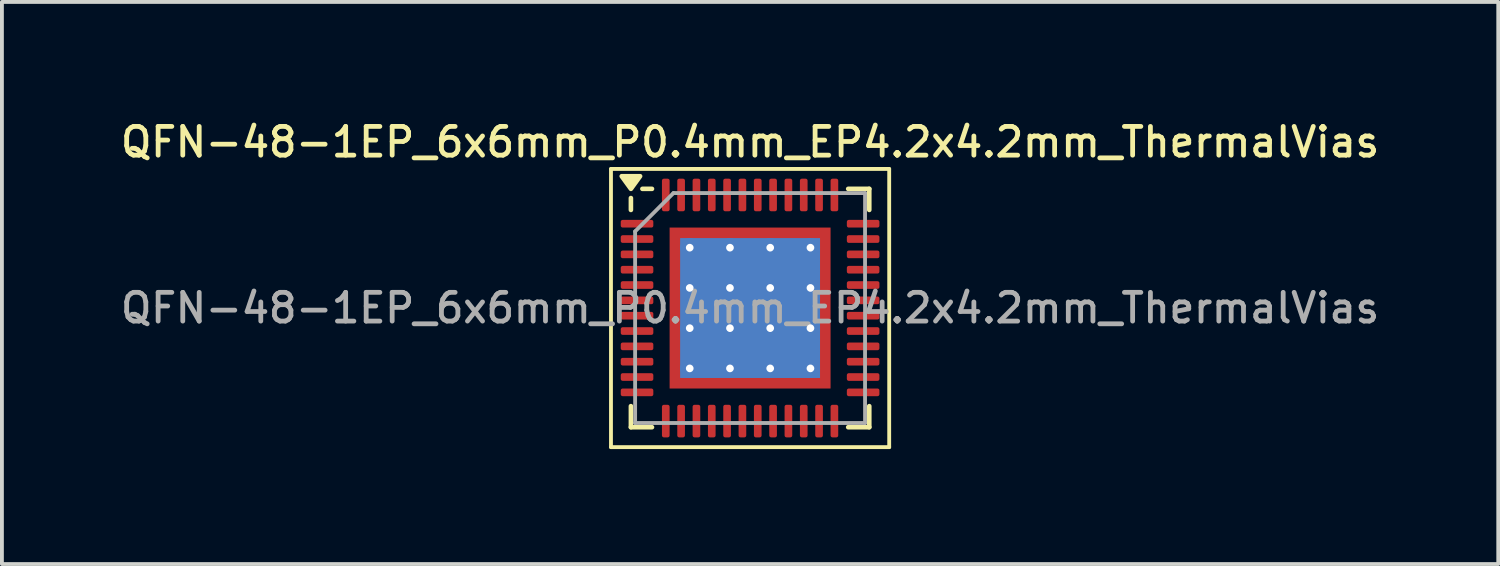
<source format=kicad_pcb>
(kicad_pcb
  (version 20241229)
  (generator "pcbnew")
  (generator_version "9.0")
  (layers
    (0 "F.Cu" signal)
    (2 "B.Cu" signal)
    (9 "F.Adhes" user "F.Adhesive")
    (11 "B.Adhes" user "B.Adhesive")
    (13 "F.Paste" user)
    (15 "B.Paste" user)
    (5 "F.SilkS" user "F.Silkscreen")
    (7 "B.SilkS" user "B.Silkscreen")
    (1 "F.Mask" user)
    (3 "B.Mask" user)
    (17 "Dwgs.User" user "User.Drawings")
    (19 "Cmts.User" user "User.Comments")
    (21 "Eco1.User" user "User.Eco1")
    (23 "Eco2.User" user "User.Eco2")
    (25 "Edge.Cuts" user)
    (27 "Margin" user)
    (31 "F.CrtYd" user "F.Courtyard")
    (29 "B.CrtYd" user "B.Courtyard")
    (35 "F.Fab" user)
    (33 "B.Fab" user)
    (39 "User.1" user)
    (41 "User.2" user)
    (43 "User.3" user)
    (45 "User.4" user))
  (footprint "QFN-48-1EP_6x6mm_P0.4mm_EP4.2x4.2mm_ThermalVias"
    (layer "F.Cu")
    (at 16.523 4.988)
    (property "Reference" "QFN-48-1EP_6x6mm_P0.4mm_EP4.2x4.2mm_ThermalVias" (at 0 -4.33 0) (layer "F.SilkS") (effects (font (size 0.75 0.75) (thickness 0.125))))
    (attr smd)
    (fp_line (start -3.63 -3.63) (end -3.63 3.63) (stroke (width 0.1) (type solid)) (layer "F.SilkS"))
    (fp_line (start -3.63 3.63) (end 3.63 3.63) (stroke (width 0.1) (type solid)) (layer "F.SilkS"))
    (fp_line (start -3.11 -2.56) (end -3.11 -2.87) (stroke (width 0.12) (type solid)) (layer "F.SilkS"))
    (fp_line (start -3.11 3.11) (end -3.11 2.56) (stroke (width 0.12) (type solid)) (layer "F.SilkS"))
    (fp_line (start -2.56 -3.11) (end -2.81 -3.11) (stroke (width 0.12) (type solid)) (layer "F.SilkS"))
    (fp_line (start -2.56 3.11) (end -3.11 3.11) (stroke (width 0.12) (type solid)) (layer "F.SilkS"))
    (fp_line (start 2.56 -3.11) (end 3.11 -3.11) (stroke (width 0.12) (type solid)) (layer "F.SilkS"))
    (fp_line (start 2.56 3.11) (end 3.11 3.11) (stroke (width 0.12) (type solid)) (layer "F.SilkS"))
    (fp_line (start 3.11 -3.11) (end 3.11 -2.56) (stroke (width 0.12) (type solid)) (layer "F.SilkS"))
    (fp_line (start 3.11 3.11) (end 3.11 2.56) (stroke (width 0.12) (type solid)) (layer "F.SilkS"))
    (fp_line (start 3.63 -3.63) (end -3.63 -3.63) (stroke (width 0.1) (type solid)) (layer "F.SilkS"))
    (fp_line (start 3.63 3.63) (end 3.63 -3.63) (stroke (width 0.1) (type solid)) (layer "F.SilkS"))
    (fp_poly (pts (xy -3.11 -3.11) (xy -3.35 -3.44) (xy -2.87 -3.44) (xy -3.11 -3.11)) (stroke (width 0.12) (type solid)) (fill yes) (layer "F.SilkS"))
    (fp_line (start -3 -2) (end -2 -3) (stroke (width 0.1) (type solid)) (layer "F.Fab"))
    (fp_line (start -3 3) (end -3 -2) (stroke (width 0.1) (type solid)) (layer "F.Fab"))
    (fp_line (start -2 -3) (end 3 -3) (stroke (width 0.1) (type solid)) (layer "F.Fab"))
    (fp_line (start 3 -3) (end 3 3) (stroke (width 0.1) (type solid)) (layer "F.Fab"))
    (fp_line (start 3 3) (end -3 3) (stroke (width 0.1) (type solid)) (layer "F.Fab"))
    (fp_text user "${REFERENCE}" (at 0 0 0) (layer "F.Fab") (effects (font (size 0.75 0.75) (thickness 0.125))))
    (pad "" smd custom (at -1.837 -1.837) (size 0.295 0.295) (layers "F.Paste") (options (anchor circle)) (primitives (gr_poly (pts (xy -0.106 -0.106) (xy 0.106 -0.106) (xy 0.106 -0.013) (xy -0.013 0.106) (xy -0.106 0.106)) (width 0.212) (fill yes))))
    (pad "" smd custom (at -1.837 -1.05) (size 0.331 0.331) (layers "F.Paste") (options (anchor circle)) (primitives (gr_poly (pts (xy -0.12 -0.331) (xy 0.043 -0.331) (xy 0.12 -0.255) (xy 0.12 0.255) (xy 0.043 0.331) (xy -0.12 0.331)) (width 0.184) (fill yes))))
    (pad "" smd custom (at -1.837 0) (size 0.331 0.331) (layers "F.Paste") (options (anchor circle)) (primitives (gr_poly (pts (xy -0.12 -0.331) (xy 0.043 -0.331) (xy 0.12 -0.255) (xy 0.12 0.255) (xy 0.043 0.331) (xy -0.12 0.331)) (width 0.184) (fill yes))))
    (pad "" smd custom (at -1.837 1.05) (size 0.331 0.331) (layers "F.Paste") (options (anchor circle)) (primitives (gr_poly (pts (xy -0.12 -0.331) (xy 0.043 -0.331) (xy 0.12 -0.255) (xy 0.12 0.255) (xy 0.043 0.331) (xy -0.12 0.331)) (width 0.184) (fill yes))))
    (pad "" smd custom (at -1.837 1.837) (size 0.295 0.295) (layers "F.Paste") (options (anchor circle)) (primitives (gr_poly (pts (xy -0.106 -0.106) (xy -0.013 -0.106) (xy 0.106 0.013) (xy 0.106 0.106) (xy -0.106 0.106)) (width 0.212) (fill yes))))
    (pad "" smd custom (at -1.05 -1.837) (size 0.331 0.331) (layers "F.Paste") (options (anchor circle)) (primitives (gr_poly (pts (xy -0.331 -0.12) (xy 0.331 -0.12) (xy 0.331 0.043) (xy 0.255 0.12) (xy -0.255 0.12) (xy -0.331 0.043)) (width 0.184) (fill yes))))
    (pad "" smd roundrect (at -1.05 -1.05) (size 0.847 0.847) (layers "F.Paste") (roundrect_rratio 0.25))
    (pad "" smd roundrect (at -1.05 0) (size 0.847 0.847) (layers "F.Paste") (roundrect_rratio 0.25))
    (pad "" smd roundrect (at -1.05 1.05) (size 0.847 0.847) (layers "F.Paste") (roundrect_rratio 0.25))
    (pad "" smd custom (at -1.05 1.837) (size 0.331 0.331) (layers "F.Paste") (options (anchor circle)) (primitives (gr_poly (pts (xy -0.331 -0.043) (xy -0.255 -0.12) (xy 0.255 -0.12) (xy 0.331 -0.043) (xy 0.331 0.12) (xy -0.331 0.12)) (width 0.184) (fill yes))))
    (pad "" smd custom (at 0 -1.837) (size 0.331 0.331) (layers "F.Paste") (options (anchor circle)) (primitives (gr_poly (pts (xy -0.331 -0.12) (xy 0.331 -0.12) (xy 0.331 0.043) (xy 0.255 0.12) (xy -0.255 0.12) (xy -0.331 0.043)) (width 0.184) (fill yes))))
    (pad "" smd roundrect (at 0 -1.05) (size 0.847 0.847) (layers "F.Paste") (roundrect_rratio 0.25))
    (pad "" smd roundrect (at 0 0) (size 0.847 0.847) (layers "F.Paste") (roundrect_rratio 0.25))
    (pad "" smd roundrect (at 0 1.05) (size 0.847 0.847) (layers "F.Paste") (roundrect_rratio 0.25))
    (pad "" smd custom (at 0 1.837) (size 0.331 0.331) (layers "F.Paste") (options (anchor circle)) (primitives (gr_poly (pts (xy -0.331 -0.043) (xy -0.255 -0.12) (xy 0.255 -0.12) (xy 0.331 -0.043) (xy 0.331 0.12) (xy -0.331 0.12)) (width 0.184) (fill yes))))
    (pad "" smd custom (at 1.05 -1.837) (size 0.331 0.331) (layers "F.Paste") (options (anchor circle)) (primitives (gr_poly (pts (xy -0.331 -0.12) (xy 0.331 -0.12) (xy 0.331 0.043) (xy 0.255 0.12) (xy -0.255 0.12) (xy -0.331 0.043)) (width 0.184) (fill yes))))
    (pad "" smd roundrect (at 1.05 -1.05) (size 0.847 0.847) (layers "F.Paste") (roundrect_rratio 0.25))
    (pad "" smd roundrect (at 1.05 0) (size 0.847 0.847) (layers "F.Paste") (roundrect_rratio 0.25))
    (pad "" smd roundrect (at 1.05 1.05) (size 0.847 0.847) (layers "F.Paste") (roundrect_rratio 0.25))
    (pad "" smd custom (at 1.05 1.837) (size 0.331 0.331) (layers "F.Paste") (options (anchor circle)) (primitives (gr_poly (pts (xy -0.331 -0.043) (xy -0.255 -0.12) (xy 0.255 -0.12) (xy 0.331 -0.043) (xy 0.331 0.12) (xy -0.331 0.12)) (width 0.184) (fill yes))))
    (pad "" smd custom (at 1.837 -1.837) (size 0.295 0.295) (layers "F.Paste") (options (anchor circle)) (primitives (gr_poly (pts (xy -0.106 -0.106) (xy 0.106 -0.106) (xy 0.106 0.106) (xy 0.013 0.106) (xy -0.106 -0.013)) (width 0.212) (fill yes))))
    (pad "" smd custom (at 1.837 -1.05) (size 0.331 0.331) (layers "F.Paste") (options (anchor circle)) (primitives (gr_poly (pts (xy -0.12 -0.255) (xy -0.043 -0.331) (xy 0.12 -0.331) (xy 0.12 0.331) (xy -0.043 0.331) (xy -0.12 0.255)) (width 0.184) (fill yes))))
    (pad "" smd custom (at 1.837 0) (size 0.331 0.331) (layers "F.Paste") (options (anchor circle)) (primitives (gr_poly (pts (xy -0.12 -0.255) (xy -0.043 -0.331) (xy 0.12 -0.331) (xy 0.12 0.331) (xy -0.043 0.331) (xy -0.12 0.255)) (width 0.184) (fill yes))))
    (pad "" smd custom (at 1.837 1.05) (size 0.331 0.331) (layers "F.Paste") (options (anchor circle)) (primitives (gr_poly (pts (xy -0.12 -0.255) (xy -0.043 -0.331) (xy 0.12 -0.331) (xy 0.12 0.331) (xy -0.043 0.331) (xy -0.12 0.255)) (width 0.184) (fill yes))))
    (pad "" smd custom (at 1.837 1.837) (size 0.295 0.295) (layers "F.Paste") (options (anchor circle)) (primitives (gr_poly (pts (xy -0.106 0.013) (xy 0.013 -0.106) (xy 0.106 -0.106) (xy 0.106 0.106) (xy -0.106 0.106)) (width 0.212) (fill yes))))
    (pad "1" smd roundrect (at -2.95 -2.2) (size 0.85 0.2) (layers "F.Cu" "F.Mask" "F.Paste") (roundrect_rratio 0.25))
    (pad "2" smd roundrect (at -2.95 -1.8) (size 0.85 0.2) (layers "F.Cu" "F.Mask" "F.Paste") (roundrect_rratio 0.25))
    (pad "3" smd roundrect (at -2.95 -1.4) (size 0.85 0.2) (layers "F.Cu" "F.Mask" "F.Paste") (roundrect_rratio 0.25))
    (pad "4" smd roundrect (at -2.95 -1) (size 0.85 0.2) (layers "F.Cu" "F.Mask" "F.Paste") (roundrect_rratio 0.25))
    (pad "5" smd roundrect (at -2.95 -0.6) (size 0.85 0.2) (layers "F.Cu" "F.Mask" "F.Paste") (roundrect_rratio 0.25))
    (pad "6" smd roundrect (at -2.95 -0.2) (size 0.85 0.2) (layers "F.Cu" "F.Mask" "F.Paste") (roundrect_rratio 0.25))
    (pad "7" smd roundrect (at -2.95 0.2) (size 0.85 0.2) (layers "F.Cu" "F.Mask" "F.Paste") (roundrect_rratio 0.25))
    (pad "8" smd roundrect (at -2.95 0.6) (size 0.85 0.2) (layers "F.Cu" "F.Mask" "F.Paste") (roundrect_rratio 0.25))
    (pad "9" smd roundrect (at -2.95 1) (size 0.85 0.2) (layers "F.Cu" "F.Mask" "F.Paste") (roundrect_rratio 0.25))
    (pad "10" smd roundrect (at -2.95 1.4) (size 0.85 0.2) (layers "F.Cu" "F.Mask" "F.Paste") (roundrect_rratio 0.25))
    (pad "11" smd roundrect (at -2.95 1.8) (size 0.85 0.2) (layers "F.Cu" "F.Mask" "F.Paste") (roundrect_rratio 0.25))
    (pad "12" smd roundrect (at -2.95 2.2) (size 0.85 0.2) (layers "F.Cu" "F.Mask" "F.Paste") (roundrect_rratio 0.25))
    (pad "13" smd roundrect (at -2.2 2.95) (size 0.2 0.85) (layers "F.Cu" "F.Mask" "F.Paste") (roundrect_rratio 0.25))
    (pad "14" smd roundrect (at -1.8 2.95) (size 0.2 0.85) (layers "F.Cu" "F.Mask" "F.Paste") (roundrect_rratio 0.25))
    (pad "15" smd roundrect (at -1.4 2.95) (size 0.2 0.85) (layers "F.Cu" "F.Mask" "F.Paste") (roundrect_rratio 0.25))
    (pad "16" smd roundrect (at -1 2.95) (size 0.2 0.85) (layers "F.Cu" "F.Mask" "F.Paste") (roundrect_rratio 0.25))
    (pad "17" smd roundrect (at -0.6 2.95) (size 0.2 0.85) (layers "F.Cu" "F.Mask" "F.Paste") (roundrect_rratio 0.25))
    (pad "18" smd roundrect (at -0.2 2.95) (size 0.2 0.85) (layers "F.Cu" "F.Mask" "F.Paste") (roundrect_rratio 0.25))
    (pad "19" smd roundrect (at 0.2 2.95) (size 0.2 0.85) (layers "F.Cu" "F.Mask" "F.Paste") (roundrect_rratio 0.25))
    (pad "20" smd roundrect (at 0.6 2.95) (size 0.2 0.85) (layers "F.Cu" "F.Mask" "F.Paste") (roundrect_rratio 0.25))
    (pad "21" smd roundrect (at 1 2.95) (size 0.2 0.85) (layers "F.Cu" "F.Mask" "F.Paste") (roundrect_rratio 0.25))
    (pad "22" smd roundrect (at 1.4 2.95) (size 0.2 0.85) (layers "F.Cu" "F.Mask" "F.Paste") (roundrect_rratio 0.25))
    (pad "23" smd roundrect (at 1.8 2.95) (size 0.2 0.85) (layers "F.Cu" "F.Mask" "F.Paste") (roundrect_rratio 0.25))
    (pad "24" smd roundrect (at 2.2 2.95) (size 0.2 0.85) (layers "F.Cu" "F.Mask" "F.Paste") (roundrect_rratio 0.25))
    (pad "25" smd roundrect (at 2.95 2.2) (size 0.85 0.2) (layers "F.Cu" "F.Mask" "F.Paste") (roundrect_rratio 0.25))
    (pad "26" smd roundrect (at 2.95 1.8) (size 0.85 0.2) (layers "F.Cu" "F.Mask" "F.Paste") (roundrect_rratio 0.25))
    (pad "27" smd roundrect (at 2.95 1.4) (size 0.85 0.2) (layers "F.Cu" "F.Mask" "F.Paste") (roundrect_rratio 0.25))
    (pad "28" smd roundrect (at 2.95 1) (size 0.85 0.2) (layers "F.Cu" "F.Mask" "F.Paste") (roundrect_rratio 0.25))
    (pad "29" smd roundrect (at 2.95 0.6) (size 0.85 0.2) (layers "F.Cu" "F.Mask" "F.Paste") (roundrect_rratio 0.25))
    (pad "30" smd roundrect (at 2.95 0.2) (size 0.85 0.2) (layers "F.Cu" "F.Mask" "F.Paste") (roundrect_rratio 0.25))
    (pad "31" smd roundrect (at 2.95 -0.2) (size 0.85 0.2) (layers "F.Cu" "F.Mask" "F.Paste") (roundrect_rratio 0.25))
    (pad "32" smd roundrect (at 2.95 -0.6) (size 0.85 0.2) (layers "F.Cu" "F.Mask" "F.Paste") (roundrect_rratio 0.25))
    (pad "33" smd roundrect (at 2.95 -1) (size 0.85 0.2) (layers "F.Cu" "F.Mask" "F.Paste") (roundrect_rratio 0.25))
    (pad "34" smd roundrect (at 2.95 -1.4) (size 0.85 0.2) (layers "F.Cu" "F.Mask" "F.Paste") (roundrect_rratio 0.25))
    (pad "35" smd roundrect (at 2.95 -1.8) (size 0.85 0.2) (layers "F.Cu" "F.Mask" "F.Paste") (roundrect_rratio 0.25))
    (pad "36" smd roundrect (at 2.95 -2.2) (size 0.85 0.2) (layers "F.Cu" "F.Mask" "F.Paste") (roundrect_rratio 0.25))
    (pad "37" smd roundrect (at 2.2 -2.95) (size 0.2 0.85) (layers "F.Cu" "F.Mask" "F.Paste") (roundrect_rratio 0.25))
    (pad "38" smd roundrect (at 1.8 -2.95) (size 0.2 0.85) (layers "F.Cu" "F.Mask" "F.Paste") (roundrect_rratio 0.25))
    (pad "39" smd roundrect (at 1.4 -2.95) (size 0.2 0.85) (layers "F.Cu" "F.Mask" "F.Paste") (roundrect_rratio 0.25))
    (pad "40" smd roundrect (at 1 -2.95) (size 0.2 0.85) (layers "F.Cu" "F.Mask" "F.Paste") (roundrect_rratio 0.25))
    (pad "41" smd roundrect (at 0.6 -2.95) (size 0.2 0.85) (layers "F.Cu" "F.Mask" "F.Paste") (roundrect_rratio 0.25))
    (pad "42" smd roundrect (at 0.2 -2.95) (size 0.2 0.85) (layers "F.Cu" "F.Mask" "F.Paste") (roundrect_rratio 0.25))
    (pad "43" smd roundrect (at -0.2 -2.95) (size 0.2 0.85) (layers "F.Cu" "F.Mask" "F.Paste") (roundrect_rratio 0.25))
    (pad "44" smd roundrect (at -0.6 -2.95) (size 0.2 0.85) (layers "F.Cu" "F.Mask" "F.Paste") (roundrect_rratio 0.25))
    (pad "45" smd roundrect (at -1 -2.95) (size 0.2 0.85) (layers "F.Cu" "F.Mask" "F.Paste") (roundrect_rratio 0.25))
    (pad "46" smd roundrect (at -1.4 -2.95) (size 0.2 0.85) (layers "F.Cu" "F.Mask" "F.Paste") (roundrect_rratio 0.25))
    (pad "47" smd roundrect (at -1.8 -2.95) (size 0.2 0.85) (layers "F.Cu" "F.Mask" "F.Paste") (roundrect_rratio 0.25))
    (pad "48" smd roundrect (at -2.2 -2.95) (size 0.2 0.85) (layers "F.Cu" "F.Mask" "F.Paste") (roundrect_rratio 0.25))
    (pad "49" thru_hole circle (at -1.575 -1.575) (size 0.5 0.5) (drill 0.2) (property pad_prop_heatsink) (layers "*.Cu"))
    (pad "49" thru_hole circle (at -1.575 -0.525) (size 0.5 0.5) (drill 0.2) (property pad_prop_heatsink) (layers "*.Cu"))
    (pad "49" thru_hole circle (at -1.575 0.525) (size 0.5 0.5) (drill 0.2) (property pad_prop_heatsink) (layers "*.Cu"))
    (pad "49" thru_hole circle (at -1.575 1.575) (size 0.5 0.5) (drill 0.2) (property pad_prop_heatsink) (layers "*.Cu"))
    (pad "49" thru_hole circle (at -0.525 -1.575) (size 0.5 0.5) (drill 0.2) (property pad_prop_heatsink) (layers "*.Cu"))
    (pad "49" thru_hole circle (at -0.525 -0.525) (size 0.5 0.5) (drill 0.2) (property pad_prop_heatsink) (layers "*.Cu"))
    (pad "49" thru_hole circle (at -0.525 0.525) (size 0.5 0.5) (drill 0.2) (property pad_prop_heatsink) (layers "*.Cu"))
    (pad "49" thru_hole circle (at -0.525 1.575) (size 0.5 0.5) (drill 0.2) (property pad_prop_heatsink) (layers "*.Cu"))
    (pad "49" smd rect (at 0 0) (size 3.65 3.65) (property pad_prop_heatsink) (layers "B.Cu"))
    (pad "49" smd rect (at 0 0) (size 4.2 4.2) (property pad_prop_heatsink) (layers "F.Cu" "F.Mask"))
    (pad "49" thru_hole circle (at 0.525 -1.575) (size 0.5 0.5) (drill 0.2) (property pad_prop_heatsink) (layers "*.Cu"))
    (pad "49" thru_hole circle (at 0.525 -0.525) (size 0.5 0.5) (drill 0.2) (property pad_prop_heatsink) (layers "*.Cu"))
    (pad "49" thru_hole circle (at 0.525 0.525) (size 0.5 0.5) (drill 0.2) (property pad_prop_heatsink) (layers "*.Cu"))
    (pad "49" thru_hole circle (at 0.525 1.575) (size 0.5 0.5) (drill 0.2) (property pad_prop_heatsink) (layers "*.Cu"))
    (pad "49" thru_hole circle (at 1.575 -1.575) (size 0.5 0.5) (drill 0.2) (property pad_prop_heatsink) (layers "*.Cu"))
    (pad "49" thru_hole circle (at 1.575 -0.525) (size 0.5 0.5) (drill 0.2) (property pad_prop_heatsink) (layers "*.Cu"))
    (pad "49" thru_hole circle (at 1.575 0.525) (size 0.5 0.5) (drill 0.2) (property pad_prop_heatsink) (layers "*.Cu"))
    (pad "49" thru_hole circle (at 1.575 1.575) (size 0.5 0.5) (drill 0.2) (property pad_prop_heatsink) (layers "*.Cu")))
  (gr_rect
    (start -3 -3)
    (end 36.046 11.668)
    (stroke (width 0.1) (type default))
    (fill no)
    (layer "Edge.Cuts")))
</source>
